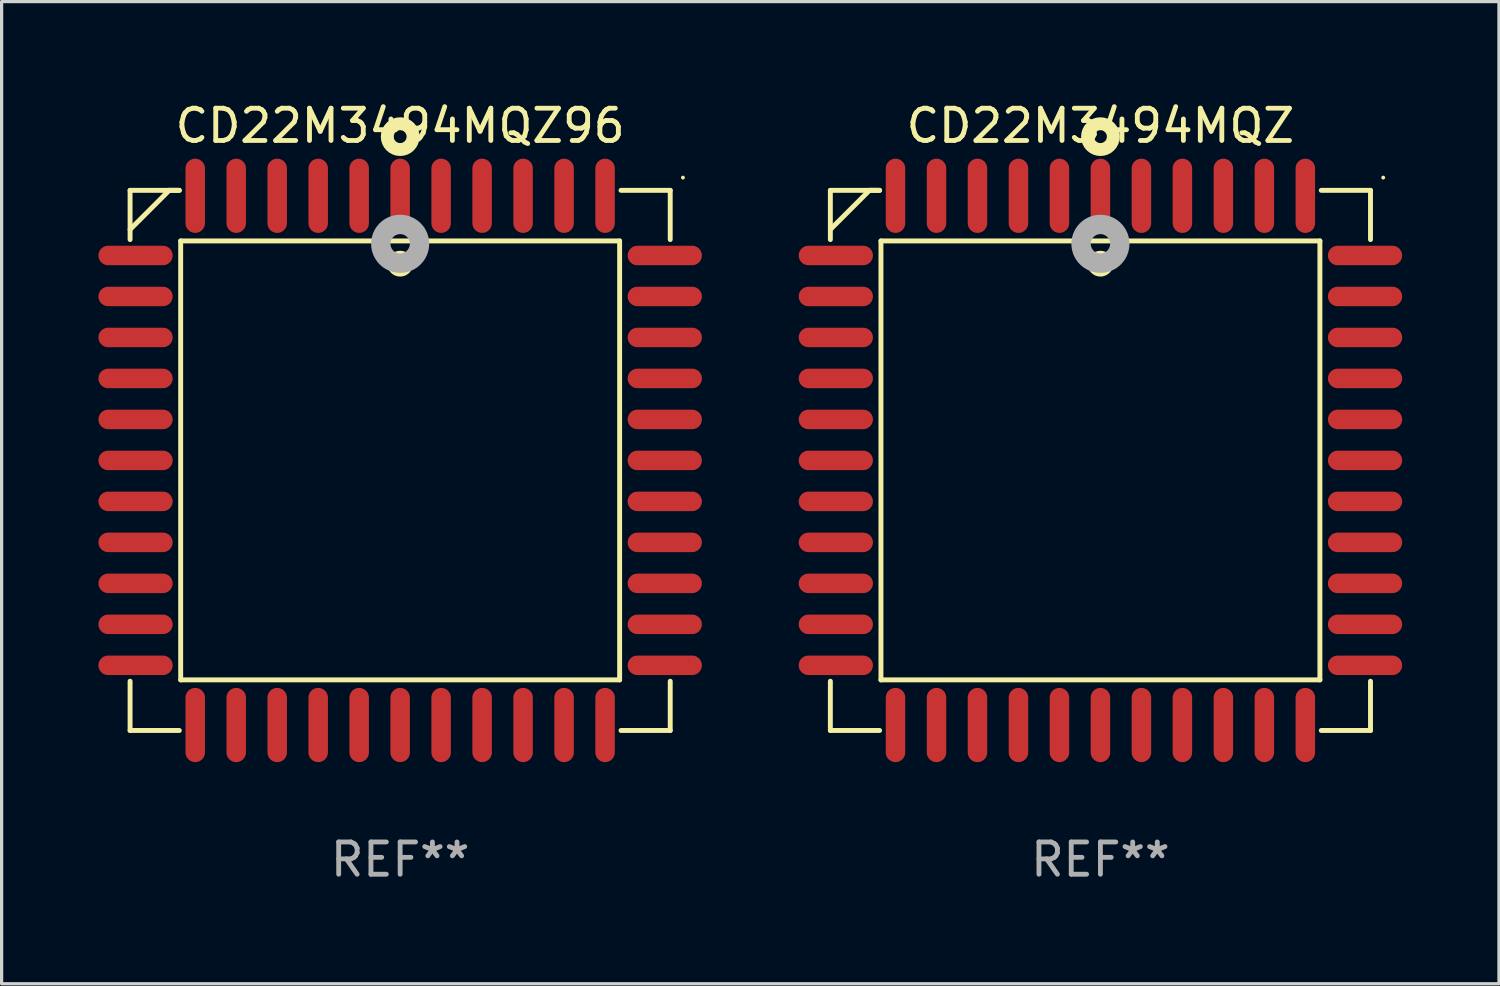
<source format=kicad_pcb>
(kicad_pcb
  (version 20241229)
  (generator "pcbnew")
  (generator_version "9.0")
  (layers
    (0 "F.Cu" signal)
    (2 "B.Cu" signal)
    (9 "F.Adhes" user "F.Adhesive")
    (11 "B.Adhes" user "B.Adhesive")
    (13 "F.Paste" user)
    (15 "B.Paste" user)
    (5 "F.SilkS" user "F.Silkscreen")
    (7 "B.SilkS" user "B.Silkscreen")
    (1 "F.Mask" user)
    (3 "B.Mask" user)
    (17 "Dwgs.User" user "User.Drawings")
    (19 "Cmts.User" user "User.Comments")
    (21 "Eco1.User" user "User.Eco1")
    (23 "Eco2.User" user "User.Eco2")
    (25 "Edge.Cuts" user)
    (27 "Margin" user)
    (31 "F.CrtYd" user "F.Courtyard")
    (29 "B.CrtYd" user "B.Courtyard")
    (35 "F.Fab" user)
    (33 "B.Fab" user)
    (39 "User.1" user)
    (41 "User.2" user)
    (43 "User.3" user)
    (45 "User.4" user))
  (footprint "CD22M3494MQZ"
    (layer "F.Cu")
    (at 31.05 11.217)
    (property "Reference" "CD22M3494MQZ" (at 0 -10.369 0) (layer "F.SilkS") (effects (font (size 1 1) (thickness 0.15))))
    (attr through_hole)
    (fp_line (start -8.369 -8.369) (end -8.369 -6.843) (stroke (width 0.152) (type solid)) (layer "F.SilkS"))
    (fp_line (start -8.369 8.369) (end -8.369 6.843) (stroke (width 0.152) (type solid)) (layer "F.SilkS"))
    (fp_line (start -7.156 -8.369) (end -8.369 -7.156) (stroke (width 0.152) (type solid)) (layer "F.SilkS"))
    (fp_line (start -6.843 -8.369) (end -8.369 -8.369) (stroke (width 0.152) (type solid)) (layer "F.SilkS"))
    (fp_line (start -6.843 -8.369) (end -7.156 -8.369) (stroke (width 0.152) (type solid)) (layer "F.SilkS"))
    (fp_line (start -6.843 8.369) (end -8.369 8.369) (stroke (width 0.152) (type solid)) (layer "F.SilkS"))
    (fp_line (start -6.801 -6.801) (end 6.801 -6.801) (stroke (width 0.152) (type solid)) (layer "F.SilkS"))
    (fp_line (start -6.801 6.801) (end -6.801 -6.801) (stroke (width 0.152) (type solid)) (layer "F.SilkS"))
    (fp_line (start 6.801 -6.801) (end 6.801 6.801) (stroke (width 0.152) (type solid)) (layer "F.SilkS"))
    (fp_line (start 6.801 6.801) (end -6.801 6.801) (stroke (width 0.152) (type solid)) (layer "F.SilkS"))
    (fp_line (start 6.843 -8.369) (end 8.369 -8.369) (stroke (width 0.152) (type solid)) (layer "F.SilkS"))
    (fp_line (start 6.843 8.369) (end 8.369 8.369) (stroke (width 0.152) (type solid)) (layer "F.SilkS"))
    (fp_line (start 8.369 -8.369) (end 8.369 -6.843) (stroke (width 0.152) (type solid)) (layer "F.SilkS"))
    (fp_line (start 8.369 8.369) (end 8.369 6.843) (stroke (width 0.152) (type solid)) (layer "F.SilkS"))
    (fp_circle (center -0.000013 -6.096) (end 0.2 -6.096) (stroke (width 0.4) (type solid)) (fill no) (layer "F.SilkS"))
    (fp_circle (center 0.000114 -10.033) (end 0.2 -10.033) (stroke (width 0.4) (type solid)) (fill no) (layer "F.SilkS"))
    (fp_circle (center 8.763 -8.763) (end 8.793 -8.763) (stroke (width 0.06) (type solid)) (fill no) (layer "F.SilkS"))
    (fp_circle (center 0.000114 -6.712) (end 0.3 -6.712) (stroke (width 0.6) (type solid)) (fill no) (layer "F.Fab"))
    (fp_text user "REF**" (at 0 12.369 0) (layer "F.Fab") (effects (font (size 1 1) (thickness 0.15))))
    (pad "1" smd oval (at 0.000114 -8.2) (size 0.604 2.3) (layers "F.Cu" "F.Mask" "F.Paste"))
    (pad "2" smd oval (at -1.27 -8.2) (size 0.604 2.3) (layers "F.Cu" "F.Mask" "F.Paste"))
    (pad "3" smd oval (at -2.54 -8.2) (size 0.604 2.3) (layers "F.Cu" "F.Mask" "F.Paste"))
    (pad "4" smd oval (at -3.81 -8.2) (size 0.604 2.3) (layers "F.Cu" "F.Mask" "F.Paste"))
    (pad "5" smd oval (at -5.08 -8.2) (size 0.604 2.3) (layers "F.Cu" "F.Mask" "F.Paste"))
    (pad "6" smd oval (at -6.35 -8.2) (size 0.604 2.3) (layers "F.Cu" "F.Mask" "F.Paste"))
    (pad "7" smd oval (at -8.2 -6.35) (size 2.3 0.604) (layers "F.Cu" "F.Mask" "F.Paste"))
    (pad "8" smd oval (at -8.2 -5.08) (size 2.3 0.604) (layers "F.Cu" "F.Mask" "F.Paste"))
    (pad "9" smd oval (at -8.2 -3.81) (size 2.3 0.604) (layers "F.Cu" "F.Mask" "F.Paste"))
    (pad "10" smd oval (at -8.2 -2.54) (size 2.3 0.604) (layers "F.Cu" "F.Mask" "F.Paste"))
    (pad "11" smd oval (at -8.2 -1.27) (size 2.3 0.604) (layers "F.Cu" "F.Mask" "F.Paste"))
    (pad "12" smd oval (at -8.2 0.000127) (size 2.3 0.604) (layers "F.Cu" "F.Mask" "F.Paste"))
    (pad "13" smd oval (at -8.2 1.27) (size 2.3 0.604) (layers "F.Cu" "F.Mask" "F.Paste"))
    (pad "14" smd oval (at -8.2 2.54) (size 2.3 0.604) (layers "F.Cu" "F.Mask" "F.Paste"))
    (pad "15" smd oval (at -8.2 3.81) (size 2.3 0.604) (layers "F.Cu" "F.Mask" "F.Paste"))
    (pad "16" smd oval (at -8.2 5.08) (size 2.3 0.604) (layers "F.Cu" "F.Mask" "F.Paste"))
    (pad "17" smd oval (at -8.2 6.35) (size 2.3 0.604) (layers "F.Cu" "F.Mask" "F.Paste"))
    (pad "18" smd oval (at -6.35 8.2) (size 0.604 2.3) (layers "F.Cu" "F.Mask" "F.Paste"))
    (pad "19" smd oval (at -5.08 8.2) (size 0.604 2.3) (layers "F.Cu" "F.Mask" "F.Paste"))
    (pad "20" smd oval (at -3.81 8.2) (size 0.604 2.3) (layers "F.Cu" "F.Mask" "F.Paste"))
    (pad "21" smd oval (at -2.54 8.2) (size 0.604 2.3) (layers "F.Cu" "F.Mask" "F.Paste"))
    (pad "22" smd oval (at -1.27 8.2) (size 0.604 2.3) (layers "F.Cu" "F.Mask" "F.Paste"))
    (pad "23" smd oval (at 0.000114 8.2) (size 0.604 2.3) (layers "F.Cu" "F.Mask" "F.Paste"))
    (pad "24" smd oval (at 1.27 8.2) (size 0.604 2.3) (layers "F.Cu" "F.Mask" "F.Paste"))
    (pad "25" smd oval (at 2.54 8.2) (size 0.604 2.3) (layers "F.Cu" "F.Mask" "F.Paste"))
    (pad "26" smd oval (at 3.81 8.2) (size 0.604 2.3) (layers "F.Cu" "F.Mask" "F.Paste"))
    (pad "27" smd oval (at 5.08 8.2) (size 0.604 2.3) (layers "F.Cu" "F.Mask" "F.Paste"))
    (pad "28" smd oval (at 6.35 8.2) (size 0.604 2.3) (layers "F.Cu" "F.Mask" "F.Paste"))
    (pad "29" smd oval (at 8.2 6.35) (size 2.3 0.604) (layers "F.Cu" "F.Mask" "F.Paste"))
    (pad "30" smd oval (at 8.2 5.08) (size 2.3 0.604) (layers "F.Cu" "F.Mask" "F.Paste"))
    (pad "31" smd oval (at 8.2 3.81) (size 2.3 0.604) (layers "F.Cu" "F.Mask" "F.Paste"))
    (pad "32" smd oval (at 8.2 2.54) (size 2.3 0.604) (layers "F.Cu" "F.Mask" "F.Paste"))
    (pad "33" smd oval (at 8.2 1.27) (size 2.3 0.604) (layers "F.Cu" "F.Mask" "F.Paste"))
    (pad "34" smd oval (at 8.2 0.000127) (size 2.3 0.604) (layers "F.Cu" "F.Mask" "F.Paste"))
    (pad "35" smd oval (at 8.2 -1.27) (size 2.3 0.604) (layers "F.Cu" "F.Mask" "F.Paste"))
    (pad "36" smd oval (at 8.2 -2.54) (size 2.3 0.604) (layers "F.Cu" "F.Mask" "F.Paste"))
    (pad "37" smd oval (at 8.2 -3.81) (size 2.3 0.604) (layers "F.Cu" "F.Mask" "F.Paste"))
    (pad "38" smd oval (at 8.2 -5.08) (size 2.3 0.604) (layers "F.Cu" "F.Mask" "F.Paste"))
    (pad "39" smd oval (at 8.2 -6.35) (size 2.3 0.604) (layers "F.Cu" "F.Mask" "F.Paste"))
    (pad "40" smd oval (at 6.35 -8.2) (size 0.604 2.3) (layers "F.Cu" "F.Mask" "F.Paste"))
    (pad "41" smd oval (at 5.08 -8.2) (size 0.604 2.3) (layers "F.Cu" "F.Mask" "F.Paste"))
    (pad "42" smd oval (at 3.81 -8.2) (size 0.604 2.3) (layers "F.Cu" "F.Mask" "F.Paste"))
    (pad "43" smd oval (at 2.54 -8.2) (size 0.604 2.3) (layers "F.Cu" "F.Mask" "F.Paste"))
    (pad "44" smd oval (at 1.27 -8.2) (size 0.604 2.3) (layers "F.Cu" "F.Mask" "F.Paste")))
  (footprint "CD22M3494MQZ96"
    (layer "F.Cu")
    (at 9.35 11.217)
    (property "Reference" "CD22M3494MQZ96" (at 0 -10.369 0) (layer "F.SilkS") (effects (font (size 1 1) (thickness 0.15))))
    (attr through_hole)
    (fp_line (start -8.369 -8.369) (end -8.369 -6.843) (stroke (width 0.152) (type solid)) (layer "F.SilkS"))
    (fp_line (start -8.369 8.369) (end -8.369 6.843) (stroke (width 0.152) (type solid)) (layer "F.SilkS"))
    (fp_line (start -7.156 -8.369) (end -8.369 -7.156) (stroke (width 0.152) (type solid)) (layer "F.SilkS"))
    (fp_line (start -6.843 -8.369) (end -8.369 -8.369) (stroke (width 0.152) (type solid)) (layer "F.SilkS"))
    (fp_line (start -6.843 -8.369) (end -7.156 -8.369) (stroke (width 0.152) (type solid)) (layer "F.SilkS"))
    (fp_line (start -6.843 8.369) (end -8.369 8.369) (stroke (width 0.152) (type solid)) (layer "F.SilkS"))
    (fp_line (start -6.801 -6.801) (end 6.801 -6.801) (stroke (width 0.152) (type solid)) (layer "F.SilkS"))
    (fp_line (start -6.801 6.801) (end -6.801 -6.801) (stroke (width 0.152) (type solid)) (layer "F.SilkS"))
    (fp_line (start 6.801 -6.801) (end 6.801 6.801) (stroke (width 0.152) (type solid)) (layer "F.SilkS"))
    (fp_line (start 6.801 6.801) (end -6.801 6.801) (stroke (width 0.152) (type solid)) (layer "F.SilkS"))
    (fp_line (start 6.843 -8.369) (end 8.369 -8.369) (stroke (width 0.152) (type solid)) (layer "F.SilkS"))
    (fp_line (start 6.843 8.369) (end 8.369 8.369) (stroke (width 0.152) (type solid)) (layer "F.SilkS"))
    (fp_line (start 8.369 -8.369) (end 8.369 -6.843) (stroke (width 0.152) (type solid)) (layer "F.SilkS"))
    (fp_line (start 8.369 8.369) (end 8.369 6.843) (stroke (width 0.152) (type solid)) (layer "F.SilkS"))
    (fp_circle (center -0.000013 -6.096) (end 0.2 -6.096) (stroke (width 0.4) (type solid)) (fill no) (layer "F.SilkS"))
    (fp_circle (center 0.000114 -10.033) (end 0.2 -10.033) (stroke (width 0.4) (type solid)) (fill no) (layer "F.SilkS"))
    (fp_circle (center 8.763 -8.763) (end 8.793 -8.763) (stroke (width 0.06) (type solid)) (fill no) (layer "F.SilkS"))
    (fp_circle (center 0.000114 -6.712) (end 0.3 -6.712) (stroke (width 0.6) (type solid)) (fill no) (layer "F.Fab"))
    (fp_text user "REF**" (at 0 12.369 0) (layer "F.Fab") (effects (font (size 1 1) (thickness 0.15))))
    (pad "1" smd oval (at 0.000114 -8.2) (size 0.604 2.3) (layers "F.Cu" "F.Mask" "F.Paste"))
    (pad "2" smd oval (at -1.27 -8.2) (size 0.604 2.3) (layers "F.Cu" "F.Mask" "F.Paste"))
    (pad "3" smd oval (at -2.54 -8.2) (size 0.604 2.3) (layers "F.Cu" "F.Mask" "F.Paste"))
    (pad "4" smd oval (at -3.81 -8.2) (size 0.604 2.3) (layers "F.Cu" "F.Mask" "F.Paste"))
    (pad "5" smd oval (at -5.08 -8.2) (size 0.604 2.3) (layers "F.Cu" "F.Mask" "F.Paste"))
    (pad "6" smd oval (at -6.35 -8.2) (size 0.604 2.3) (layers "F.Cu" "F.Mask" "F.Paste"))
    (pad "7" smd oval (at -8.2 -6.35) (size 2.3 0.604) (layers "F.Cu" "F.Mask" "F.Paste"))
    (pad "8" smd oval (at -8.2 -5.08) (size 2.3 0.604) (layers "F.Cu" "F.Mask" "F.Paste"))
    (pad "9" smd oval (at -8.2 -3.81) (size 2.3 0.604) (layers "F.Cu" "F.Mask" "F.Paste"))
    (pad "10" smd oval (at -8.2 -2.54) (size 2.3 0.604) (layers "F.Cu" "F.Mask" "F.Paste"))
    (pad "11" smd oval (at -8.2 -1.27) (size 2.3 0.604) (layers "F.Cu" "F.Mask" "F.Paste"))
    (pad "12" smd oval (at -8.2 0.000127) (size 2.3 0.604) (layers "F.Cu" "F.Mask" "F.Paste"))
    (pad "13" smd oval (at -8.2 1.27) (size 2.3 0.604) (layers "F.Cu" "F.Mask" "F.Paste"))
    (pad "14" smd oval (at -8.2 2.54) (size 2.3 0.604) (layers "F.Cu" "F.Mask" "F.Paste"))
    (pad "15" smd oval (at -8.2 3.81) (size 2.3 0.604) (layers "F.Cu" "F.Mask" "F.Paste"))
    (pad "16" smd oval (at -8.2 5.08) (size 2.3 0.604) (layers "F.Cu" "F.Mask" "F.Paste"))
    (pad "17" smd oval (at -8.2 6.35) (size 2.3 0.604) (layers "F.Cu" "F.Mask" "F.Paste"))
    (pad "18" smd oval (at -6.35 8.2) (size 0.604 2.3) (layers "F.Cu" "F.Mask" "F.Paste"))
    (pad "19" smd oval (at -5.08 8.2) (size 0.604 2.3) (layers "F.Cu" "F.Mask" "F.Paste"))
    (pad "20" smd oval (at -3.81 8.2) (size 0.604 2.3) (layers "F.Cu" "F.Mask" "F.Paste"))
    (pad "21" smd oval (at -2.54 8.2) (size 0.604 2.3) (layers "F.Cu" "F.Mask" "F.Paste"))
    (pad "22" smd oval (at -1.27 8.2) (size 0.604 2.3) (layers "F.Cu" "F.Mask" "F.Paste"))
    (pad "23" smd oval (at 0.000114 8.2) (size 0.604 2.3) (layers "F.Cu" "F.Mask" "F.Paste"))
    (pad "24" smd oval (at 1.27 8.2) (size 0.604 2.3) (layers "F.Cu" "F.Mask" "F.Paste"))
    (pad "25" smd oval (at 2.54 8.2) (size 0.604 2.3) (layers "F.Cu" "F.Mask" "F.Paste"))
    (pad "26" smd oval (at 3.81 8.2) (size 0.604 2.3) (layers "F.Cu" "F.Mask" "F.Paste"))
    (pad "27" smd oval (at 5.08 8.2) (size 0.604 2.3) (layers "F.Cu" "F.Mask" "F.Paste"))
    (pad "28" smd oval (at 6.35 8.2) (size 0.604 2.3) (layers "F.Cu" "F.Mask" "F.Paste"))
    (pad "29" smd oval (at 8.2 6.35) (size 2.3 0.604) (layers "F.Cu" "F.Mask" "F.Paste"))
    (pad "30" smd oval (at 8.2 5.08) (size 2.3 0.604) (layers "F.Cu" "F.Mask" "F.Paste"))
    (pad "31" smd oval (at 8.2 3.81) (size 2.3 0.604) (layers "F.Cu" "F.Mask" "F.Paste"))
    (pad "32" smd oval (at 8.2 2.54) (size 2.3 0.604) (layers "F.Cu" "F.Mask" "F.Paste"))
    (pad "33" smd oval (at 8.2 1.27) (size 2.3 0.604) (layers "F.Cu" "F.Mask" "F.Paste"))
    (pad "34" smd oval (at 8.2 0.000127) (size 2.3 0.604) (layers "F.Cu" "F.Mask" "F.Paste"))
    (pad "35" smd oval (at 8.2 -1.27) (size 2.3 0.604) (layers "F.Cu" "F.Mask" "F.Paste"))
    (pad "36" smd oval (at 8.2 -2.54) (size 2.3 0.604) (layers "F.Cu" "F.Mask" "F.Paste"))
    (pad "37" smd oval (at 8.2 -3.81) (size 2.3 0.604) (layers "F.Cu" "F.Mask" "F.Paste"))
    (pad "38" smd oval (at 8.2 -5.08) (size 2.3 0.604) (layers "F.Cu" "F.Mask" "F.Paste"))
    (pad "39" smd oval (at 8.2 -6.35) (size 2.3 0.604) (layers "F.Cu" "F.Mask" "F.Paste"))
    (pad "40" smd oval (at 6.35 -8.2) (size 0.604 2.3) (layers "F.Cu" "F.Mask" "F.Paste"))
    (pad "41" smd oval (at 5.08 -8.2) (size 0.604 2.3) (layers "F.Cu" "F.Mask" "F.Paste"))
    (pad "42" smd oval (at 3.81 -8.2) (size 0.604 2.3) (layers "F.Cu" "F.Mask" "F.Paste"))
    (pad "43" smd oval (at 2.54 -8.2) (size 0.604 2.3) (layers "F.Cu" "F.Mask" "F.Paste"))
    (pad "44" smd oval (at 1.27 -8.2) (size 0.604 2.3) (layers "F.Cu" "F.Mask" "F.Paste")))
  (gr_rect
    (start -3 -3)
    (end 43.4 27.435)
    (stroke (width 0.1) (type default))
    (fill no)
    (layer "Edge.Cuts")))
</source>
